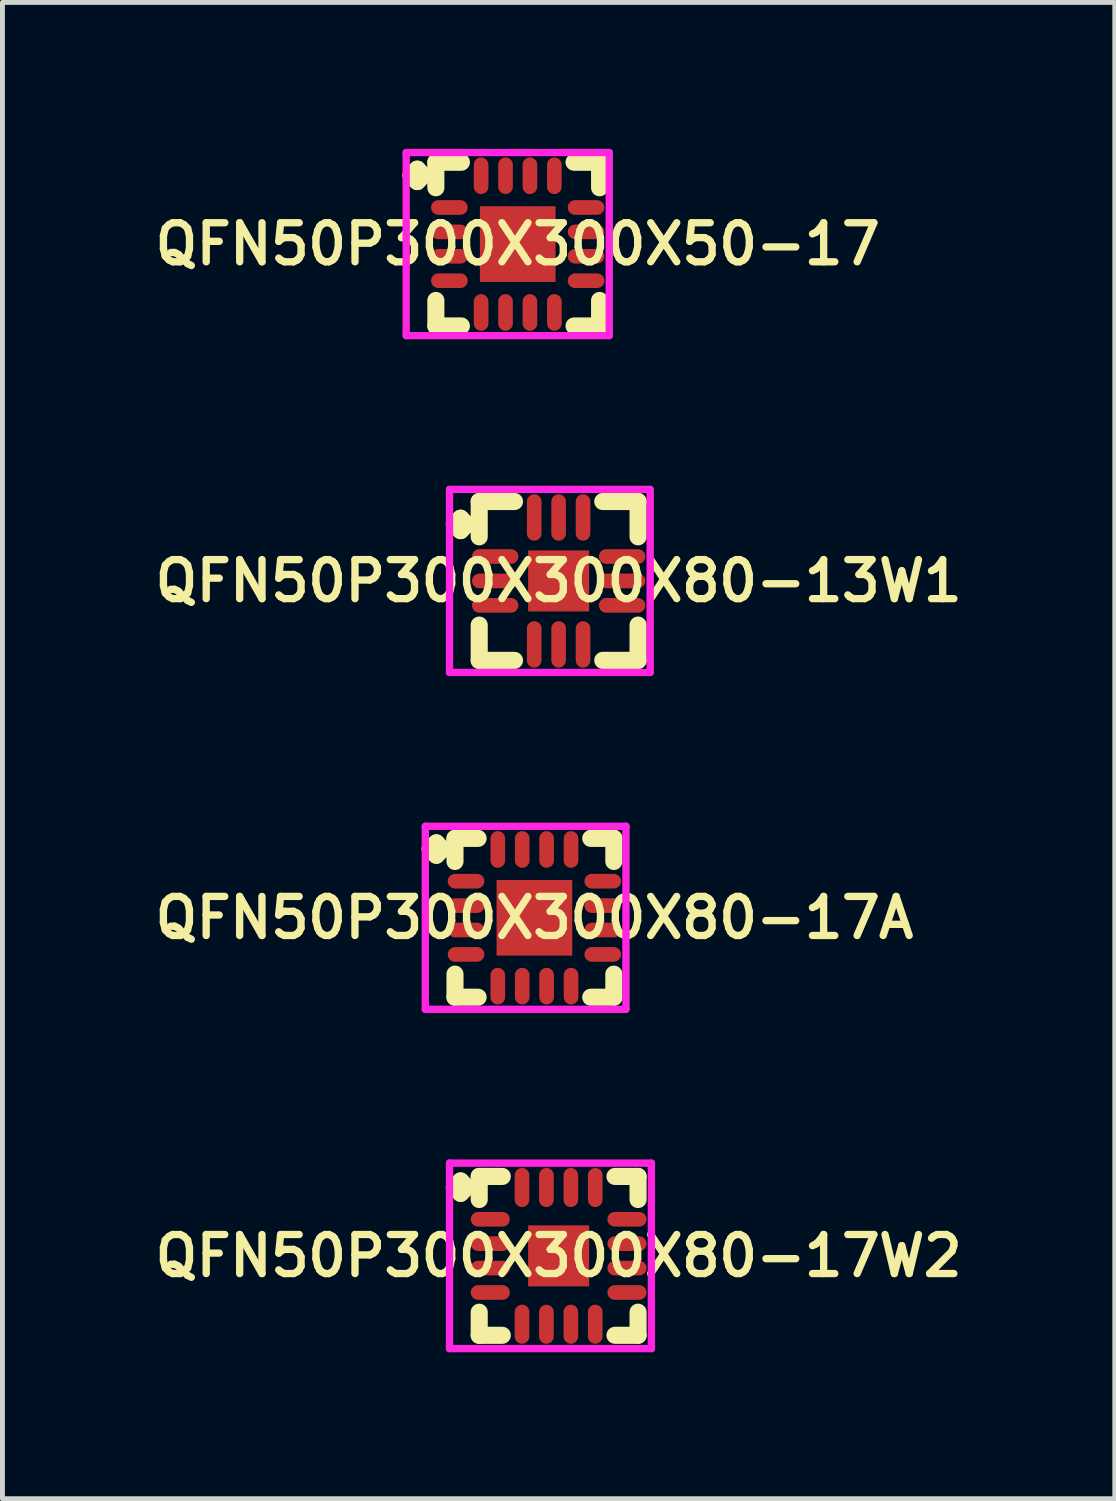
<source format=kicad_pcb>
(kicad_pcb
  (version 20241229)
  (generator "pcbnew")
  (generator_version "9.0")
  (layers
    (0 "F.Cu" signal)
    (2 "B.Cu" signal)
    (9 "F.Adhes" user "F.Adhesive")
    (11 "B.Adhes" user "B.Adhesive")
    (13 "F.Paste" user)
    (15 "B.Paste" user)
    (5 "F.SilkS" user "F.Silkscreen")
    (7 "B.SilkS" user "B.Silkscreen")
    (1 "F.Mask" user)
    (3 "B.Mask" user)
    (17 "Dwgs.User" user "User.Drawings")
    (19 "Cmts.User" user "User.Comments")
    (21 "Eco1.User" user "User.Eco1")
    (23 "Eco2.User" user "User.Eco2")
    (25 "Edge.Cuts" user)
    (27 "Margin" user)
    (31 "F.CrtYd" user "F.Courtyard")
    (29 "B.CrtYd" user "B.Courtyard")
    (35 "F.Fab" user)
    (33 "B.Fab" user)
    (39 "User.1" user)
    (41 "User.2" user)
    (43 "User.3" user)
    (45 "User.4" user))
  (footprint "QFN50P300X300X80-13W1"
    (layer "F.Cu")
    (at 8.393 8.85)
    (property "Reference" "QFN50P300X300X80-13W1" (at 0 0 0) (layer "F.SilkS") (effects (font (size 0.8 0.8) (thickness 0.15))))
    (attr smd)
    (fp_line (start -2.135 -1.158) (end -2.008 -1.285) (stroke (width 0.35) (type solid)) (layer "F.SilkS"))
    (fp_line (start -2.008 -1.285) (end -1.881 -1.158) (stroke (width 0.35) (type solid)) (layer "F.SilkS"))
    (fp_line (start -2.008 -1.031) (end -2.135 -1.158) (stroke (width 0.35) (type solid)) (layer "F.SilkS"))
    (fp_line (start -1.881 -1.158) (end -2.008 -1.031) (stroke (width 0.35) (type solid)) (layer "F.SilkS"))
    (fp_line (start -1.627 -1.627) (end -0.904 -1.627) (stroke (width 0.35) (type solid)) (layer "F.SilkS"))
    (fp_line (start -1.627 -0.904) (end -1.627 -1.627) (stroke (width 0.35) (type solid)) (layer "F.SilkS"))
    (fp_line (start -1.627 0.904) (end -1.627 1.627) (stroke (width 0.35) (type solid)) (layer "F.SilkS"))
    (fp_line (start -1.627 1.627) (end -0.904 1.627) (stroke (width 0.35) (type solid)) (layer "F.SilkS"))
    (fp_line (start 0.904 -1.627) (end 1.627 -1.627) (stroke (width 0.35) (type solid)) (layer "F.SilkS"))
    (fp_line (start 0.904 1.627) (end 1.627 1.627) (stroke (width 0.35) (type solid)) (layer "F.SilkS"))
    (fp_line (start 1.627 -1.627) (end 1.627 -0.904) (stroke (width 0.35) (type solid)) (layer "F.SilkS"))
    (fp_line (start 1.627 1.627) (end 1.627 0.904) (stroke (width 0.35) (type solid)) (layer "F.SilkS"))
    (fp_line (start -2.235 -1.875) (end 1.875 -1.875) (stroke (width 0.15) (type solid)) (layer "F.CrtYd"))
    (fp_line (start -2.235 1.875) (end -2.235 -1.875) (stroke (width 0.15) (type solid)) (layer "F.CrtYd"))
    (fp_line (start 1.875 -1.875) (end 1.875 1.875) (stroke (width 0.15) (type solid)) (layer "F.CrtYd"))
    (fp_line (start 1.875 1.875) (end -2.235 1.875) (stroke (width 0.15) (type solid)) (layer "F.CrtYd"))
    (pad "1" smd oval (at -1.3 -0.5) (size 0.95 0.3) (layers "F.Cu" "F.Mask" "F.Paste"))
    (pad "2" smd oval (at -1.3 0) (size 0.95 0.3) (layers "F.Cu" "F.Mask" "F.Paste"))
    (pad "3" smd oval (at -1.3 0.5) (size 0.95 0.3) (layers "F.Cu" "F.Mask" "F.Paste"))
    (pad "4" smd oval (at -0.5 1.3) (size 0.3 0.95) (layers "F.Cu" "F.Mask" "F.Paste"))
    (pad "5" smd oval (at 0 1.3) (size 0.3 0.95) (layers "F.Cu" "F.Mask" "F.Paste"))
    (pad "6" smd oval (at 0.5 1.3) (size 0.3 0.95) (layers "F.Cu" "F.Mask" "F.Paste"))
    (pad "7" smd oval (at 1.3 0.5) (size 0.95 0.3) (layers "F.Cu" "F.Mask" "F.Paste"))
    (pad "8" smd oval (at 1.3 0) (size 0.95 0.3) (layers "F.Cu" "F.Mask" "F.Paste"))
    (pad "9" smd oval (at 1.3 -0.5) (size 0.95 0.3) (layers "F.Cu" "F.Mask" "F.Paste"))
    (pad "10" smd oval (at 0.5 -1.3) (size 0.3 0.95) (layers "F.Cu" "F.Mask" "F.Paste"))
    (pad "11" smd oval (at 0 -1.3) (size 0.3 0.95) (layers "F.Cu" "F.Mask" "F.Paste"))
    (pad "12" smd oval (at -0.5 -1.3) (size 0.3 0.95) (layers "F.Cu" "F.Mask" "F.Paste"))
    (pad "13" smd rect (at 0 0) (size 1.25 1.25) (layers "F.Cu" "F.Mask" "F.Paste")))
  (footprint "QFN50P300X300X80-17W2"
    (layer "F.Cu")
    (at 8.393 22.675)
    (property "Reference" "QFN50P300X300X80-17W2" (at 0 0 0) (layer "F.SilkS") (effects (font (size 0.8 0.8) (thickness 0.15))))
    (attr smd)
    (fp_line (start -2.135 -1.408) (end -2.008 -1.535) (stroke (width 0.35) (type solid)) (layer "F.SilkS"))
    (fp_line (start -2.008 -1.535) (end -1.881 -1.408) (stroke (width 0.35) (type solid)) (layer "F.SilkS"))
    (fp_line (start -2.008 -1.281) (end -2.135 -1.408) (stroke (width 0.35) (type solid)) (layer "F.SilkS"))
    (fp_line (start -1.881 -1.408) (end -2.008 -1.281) (stroke (width 0.35) (type solid)) (layer "F.SilkS"))
    (fp_line (start -1.627 -1.627) (end -1.154 -1.627) (stroke (width 0.35) (type solid)) (layer "F.SilkS"))
    (fp_line (start -1.627 -1.154) (end -1.627 -1.627) (stroke (width 0.35) (type solid)) (layer "F.SilkS"))
    (fp_line (start -1.627 1.154) (end -1.627 1.627) (stroke (width 0.35) (type solid)) (layer "F.SilkS"))
    (fp_line (start -1.627 1.627) (end -1.154 1.627) (stroke (width 0.35) (type solid)) (layer "F.SilkS"))
    (fp_line (start 1.154 -1.627) (end 1.627 -1.627) (stroke (width 0.35) (type solid)) (layer "F.SilkS"))
    (fp_line (start 1.154 1.627) (end 1.627 1.627) (stroke (width 0.35) (type solid)) (layer "F.SilkS"))
    (fp_line (start 1.627 -1.627) (end 1.627 -1.154) (stroke (width 0.35) (type solid)) (layer "F.SilkS"))
    (fp_line (start 1.627 1.627) (end 1.627 1.154) (stroke (width 0.35) (type solid)) (layer "F.SilkS"))
    (fp_line (start -2.235 -1.9) (end 1.9 -1.9) (stroke (width 0.15) (type solid)) (layer "F.CrtYd"))
    (fp_line (start -2.235 1.9) (end -2.235 -1.9) (stroke (width 0.15) (type solid)) (layer "F.CrtYd"))
    (fp_line (start 1.9 -1.9) (end 1.9 1.9) (stroke (width 0.15) (type solid)) (layer "F.CrtYd"))
    (fp_line (start 1.9 1.9) (end -2.235 1.9) (stroke (width 0.15) (type solid)) (layer "F.CrtYd"))
    (pad "1" smd oval (at -1.4 -0.75) (size 0.8 0.3) (layers "F.Cu" "F.Mask" "F.Paste"))
    (pad "2" smd oval (at -1.4 -0.25) (size 0.8 0.3) (layers "F.Cu" "F.Mask" "F.Paste"))
    (pad "3" smd oval (at -1.4 0.25) (size 0.8 0.3) (layers "F.Cu" "F.Mask" "F.Paste"))
    (pad "4" smd oval (at -1.4 0.75) (size 0.8 0.3) (layers "F.Cu" "F.Mask" "F.Paste"))
    (pad "5" smd oval (at -0.75 1.4) (size 0.3 0.8) (layers "F.Cu" "F.Mask" "F.Paste"))
    (pad "6" smd oval (at -0.25 1.4) (size 0.3 0.8) (layers "F.Cu" "F.Mask" "F.Paste"))
    (pad "7" smd oval (at 0.25 1.4) (size 0.3 0.8) (layers "F.Cu" "F.Mask" "F.Paste"))
    (pad "8" smd oval (at 0.75 1.4) (size 0.3 0.8) (layers "F.Cu" "F.Mask" "F.Paste"))
    (pad "9" smd oval (at 1.4 0.75) (size 0.8 0.3) (layers "F.Cu" "F.Mask" "F.Paste"))
    (pad "10" smd oval (at 1.4 0.25) (size 0.8 0.3) (layers "F.Cu" "F.Mask" "F.Paste"))
    (pad "11" smd oval (at 1.4 -0.25) (size 0.8 0.3) (layers "F.Cu" "F.Mask" "F.Paste"))
    (pad "12" smd oval (at 1.4 -0.75) (size 0.8 0.3) (layers "F.Cu" "F.Mask" "F.Paste"))
    (pad "13" smd oval (at 0.75 -1.4) (size 0.3 0.8) (layers "F.Cu" "F.Mask" "F.Paste"))
    (pad "14" smd oval (at 0.25 -1.4) (size 0.3 0.8) (layers "F.Cu" "F.Mask" "F.Paste"))
    (pad "15" smd oval (at -0.25 -1.4) (size 0.3 0.8) (layers "F.Cu" "F.Mask" "F.Paste"))
    (pad "16" smd oval (at -0.75 -1.4) (size 0.3 0.8) (layers "F.Cu" "F.Mask" "F.Paste"))
    (pad "17" smd rect (at 0 0) (size 1.25 1.25) (layers "F.Cu" "F.Mask" "F.Paste")))
  (footprint "QFN50P300X300X50-17"
    (layer "F.Cu")
    (at 7.555 1.95)
    (property "Reference" "QFN50P300X300X50-17" (at 0 0 0) (layer "F.SilkS") (effects (font (size 0.8 0.8) (thickness 0.15))))
    (attr smd)
    (fp_line (start -2.185 -1.408) (end -2.058 -1.535) (stroke (width 0.35) (type solid)) (layer "F.SilkS"))
    (fp_line (start -2.058 -1.535) (end -1.931 -1.408) (stroke (width 0.35) (type solid)) (layer "F.SilkS"))
    (fp_line (start -2.058 -1.281) (end -2.185 -1.408) (stroke (width 0.35) (type solid)) (layer "F.SilkS"))
    (fp_line (start -1.931 -1.408) (end -2.058 -1.281) (stroke (width 0.35) (type solid)) (layer "F.SilkS"))
    (fp_line (start -1.677 -1.677) (end -1.154 -1.677) (stroke (width 0.35) (type solid)) (layer "F.SilkS"))
    (fp_line (start -1.677 -1.154) (end -1.677 -1.677) (stroke (width 0.35) (type solid)) (layer "F.SilkS"))
    (fp_line (start -1.677 1.154) (end -1.677 1.677) (stroke (width 0.35) (type solid)) (layer "F.SilkS"))
    (fp_line (start -1.677 1.677) (end -1.154 1.677) (stroke (width 0.35) (type solid)) (layer "F.SilkS"))
    (fp_line (start 1.154 -1.677) (end 1.677 -1.677) (stroke (width 0.35) (type solid)) (layer "F.SilkS"))
    (fp_line (start 1.154 1.677) (end 1.677 1.677) (stroke (width 0.35) (type solid)) (layer "F.SilkS"))
    (fp_line (start 1.677 -1.677) (end 1.677 -1.154) (stroke (width 0.35) (type solid)) (layer "F.SilkS"))
    (fp_line (start 1.677 1.677) (end 1.677 1.154) (stroke (width 0.35) (type solid)) (layer "F.SilkS"))
    (fp_line (start -2.285 -1.875) (end 1.875 -1.875) (stroke (width 0.15) (type solid)) (layer "F.CrtYd"))
    (fp_line (start -2.285 1.875) (end -2.285 -1.875) (stroke (width 0.15) (type solid)) (layer "F.CrtYd"))
    (fp_line (start 1.875 -1.875) (end 1.875 1.875) (stroke (width 0.15) (type solid)) (layer "F.CrtYd"))
    (fp_line (start 1.875 1.875) (end -2.285 1.875) (stroke (width 0.15) (type solid)) (layer "F.CrtYd"))
    (pad "1" smd oval (at -1.4 -0.75) (size 0.75 0.3) (layers "F.Cu" "F.Mask" "F.Paste"))
    (pad "2" smd oval (at -1.4 -0.25) (size 0.75 0.3) (layers "F.Cu" "F.Mask" "F.Paste"))
    (pad "3" smd oval (at -1.4 0.25) (size 0.75 0.3) (layers "F.Cu" "F.Mask" "F.Paste"))
    (pad "4" smd oval (at -1.4 0.75) (size 0.75 0.3) (layers "F.Cu" "F.Mask" "F.Paste"))
    (pad "5" smd oval (at -0.75 1.4) (size 0.3 0.75) (layers "F.Cu" "F.Mask" "F.Paste"))
    (pad "6" smd oval (at -0.25 1.4) (size 0.3 0.75) (layers "F.Cu" "F.Mask" "F.Paste"))
    (pad "7" smd oval (at 0.25 1.4) (size 0.3 0.75) (layers "F.Cu" "F.Mask" "F.Paste"))
    (pad "8" smd oval (at 0.75 1.4) (size 0.3 0.75) (layers "F.Cu" "F.Mask" "F.Paste"))
    (pad "9" smd oval (at 1.4 0.75) (size 0.75 0.3) (layers "F.Cu" "F.Mask" "F.Paste"))
    (pad "10" smd oval (at 1.4 0.25) (size 0.75 0.3) (layers "F.Cu" "F.Mask" "F.Paste"))
    (pad "11" smd oval (at 1.4 -0.25) (size 0.75 0.3) (layers "F.Cu" "F.Mask" "F.Paste"))
    (pad "12" smd oval (at 1.4 -0.75) (size 0.75 0.3) (layers "F.Cu" "F.Mask" "F.Paste"))
    (pad "13" smd oval (at 0.75 -1.4) (size 0.3 0.75) (layers "F.Cu" "F.Mask" "F.Paste"))
    (pad "14" smd oval (at 0.25 -1.4) (size 0.3 0.75) (layers "F.Cu" "F.Mask" "F.Paste"))
    (pad "15" smd oval (at -0.25 -1.4) (size 0.3 0.75) (layers "F.Cu" "F.Mask" "F.Paste"))
    (pad "16" smd oval (at -0.75 -1.4) (size 0.3 0.75) (layers "F.Cu" "F.Mask" "F.Paste"))
    (pad "17" smd rect (at 0 0) (size 1.55 1.55) (layers "F.Cu" "F.Mask" "F.Paste")))
  (footprint "QFN50P300X300X80-17A"
    (layer "F.Cu")
    (at 7.897 15.75)
    (property "Reference" "QFN50P300X300X80-17A" (at 0 0 0) (layer "F.SilkS") (effects (font (size 0.8 0.8) (thickness 0.15))))
    (attr smd)
    (fp_line (start -2.135 -1.408) (end -2.008 -1.535) (stroke (width 0.35) (type solid)) (layer "F.SilkS"))
    (fp_line (start -2.008 -1.535) (end -1.881 -1.408) (stroke (width 0.35) (type solid)) (layer "F.SilkS"))
    (fp_line (start -2.008 -1.281) (end -2.135 -1.408) (stroke (width 0.35) (type solid)) (layer "F.SilkS"))
    (fp_line (start -1.881 -1.408) (end -2.008 -1.281) (stroke (width 0.35) (type solid)) (layer "F.SilkS"))
    (fp_line (start -1.627 -1.627) (end -1.154 -1.627) (stroke (width 0.35) (type solid)) (layer "F.SilkS"))
    (fp_line (start -1.627 -1.154) (end -1.627 -1.627) (stroke (width 0.35) (type solid)) (layer "F.SilkS"))
    (fp_line (start -1.627 1.154) (end -1.627 1.627) (stroke (width 0.35) (type solid)) (layer "F.SilkS"))
    (fp_line (start -1.627 1.627) (end -1.154 1.627) (stroke (width 0.35) (type solid)) (layer "F.SilkS"))
    (fp_line (start 1.154 -1.627) (end 1.627 -1.627) (stroke (width 0.35) (type solid)) (layer "F.SilkS"))
    (fp_line (start 1.154 1.627) (end 1.627 1.627) (stroke (width 0.35) (type solid)) (layer "F.SilkS"))
    (fp_line (start 1.627 -1.627) (end 1.627 -1.154) (stroke (width 0.35) (type solid)) (layer "F.SilkS"))
    (fp_line (start 1.627 1.627) (end 1.627 1.154) (stroke (width 0.35) (type solid)) (layer "F.SilkS"))
    (fp_line (start -2.235 -1.875) (end 1.875 -1.875) (stroke (width 0.15) (type solid)) (layer "F.CrtYd"))
    (fp_line (start -2.235 1.875) (end -2.235 -1.875) (stroke (width 0.15) (type solid)) (layer "F.CrtYd"))
    (fp_line (start 1.875 -1.875) (end 1.875 1.875) (stroke (width 0.15) (type solid)) (layer "F.CrtYd"))
    (fp_line (start 1.875 1.875) (end -2.235 1.875) (stroke (width 0.15) (type solid)) (layer "F.CrtYd"))
    (pad "1" smd oval (at -1.4 -0.75) (size 0.75 0.3) (layers "F.Cu" "F.Mask" "F.Paste"))
    (pad "2" smd oval (at -1.4 -0.25) (size 0.75 0.3) (layers "F.Cu" "F.Mask" "F.Paste"))
    (pad "3" smd oval (at -1.4 0.25) (size 0.75 0.3) (layers "F.Cu" "F.Mask" "F.Paste"))
    (pad "4" smd oval (at -1.4 0.75) (size 0.75 0.3) (layers "F.Cu" "F.Mask" "F.Paste"))
    (pad "5" smd oval (at -0.75 1.4) (size 0.3 0.75) (layers "F.Cu" "F.Mask" "F.Paste"))
    (pad "6" smd oval (at -0.25 1.4) (size 0.3 0.75) (layers "F.Cu" "F.Mask" "F.Paste"))
    (pad "7" smd oval (at 0.25 1.4) (size 0.3 0.75) (layers "F.Cu" "F.Mask" "F.Paste"))
    (pad "8" smd oval (at 0.75 1.4) (size 0.3 0.75) (layers "F.Cu" "F.Mask" "F.Paste"))
    (pad "9" smd oval (at 1.4 0.75) (size 0.75 0.3) (layers "F.Cu" "F.Mask" "F.Paste"))
    (pad "10" smd oval (at 1.4 0.25) (size 0.75 0.3) (layers "F.Cu" "F.Mask" "F.Paste"))
    (pad "11" smd oval (at 1.4 -0.25) (size 0.75 0.3) (layers "F.Cu" "F.Mask" "F.Paste"))
    (pad "12" smd oval (at 1.4 -0.75) (size 0.75 0.3) (layers "F.Cu" "F.Mask" "F.Paste"))
    (pad "13" smd oval (at 0.75 -1.4) (size 0.3 0.75) (layers "F.Cu" "F.Mask" "F.Paste"))
    (pad "14" smd oval (at 0.25 -1.4) (size 0.3 0.75) (layers "F.Cu" "F.Mask" "F.Paste"))
    (pad "15" smd oval (at -0.25 -1.4) (size 0.3 0.75) (layers "F.Cu" "F.Mask" "F.Paste"))
    (pad "16" smd oval (at -0.75 -1.4) (size 0.3 0.75) (layers "F.Cu" "F.Mask" "F.Paste"))
    (pad "17" smd rect (at 0 0) (size 1.55 1.55) (layers "F.Cu" "F.Mask" "F.Paste")))
  (gr_rect
    (start -3 -3)
    (end 19.785 27.65)
    (stroke (width 0.1) (type default))
    (fill no)
    (layer "Edge.Cuts")))
</source>
